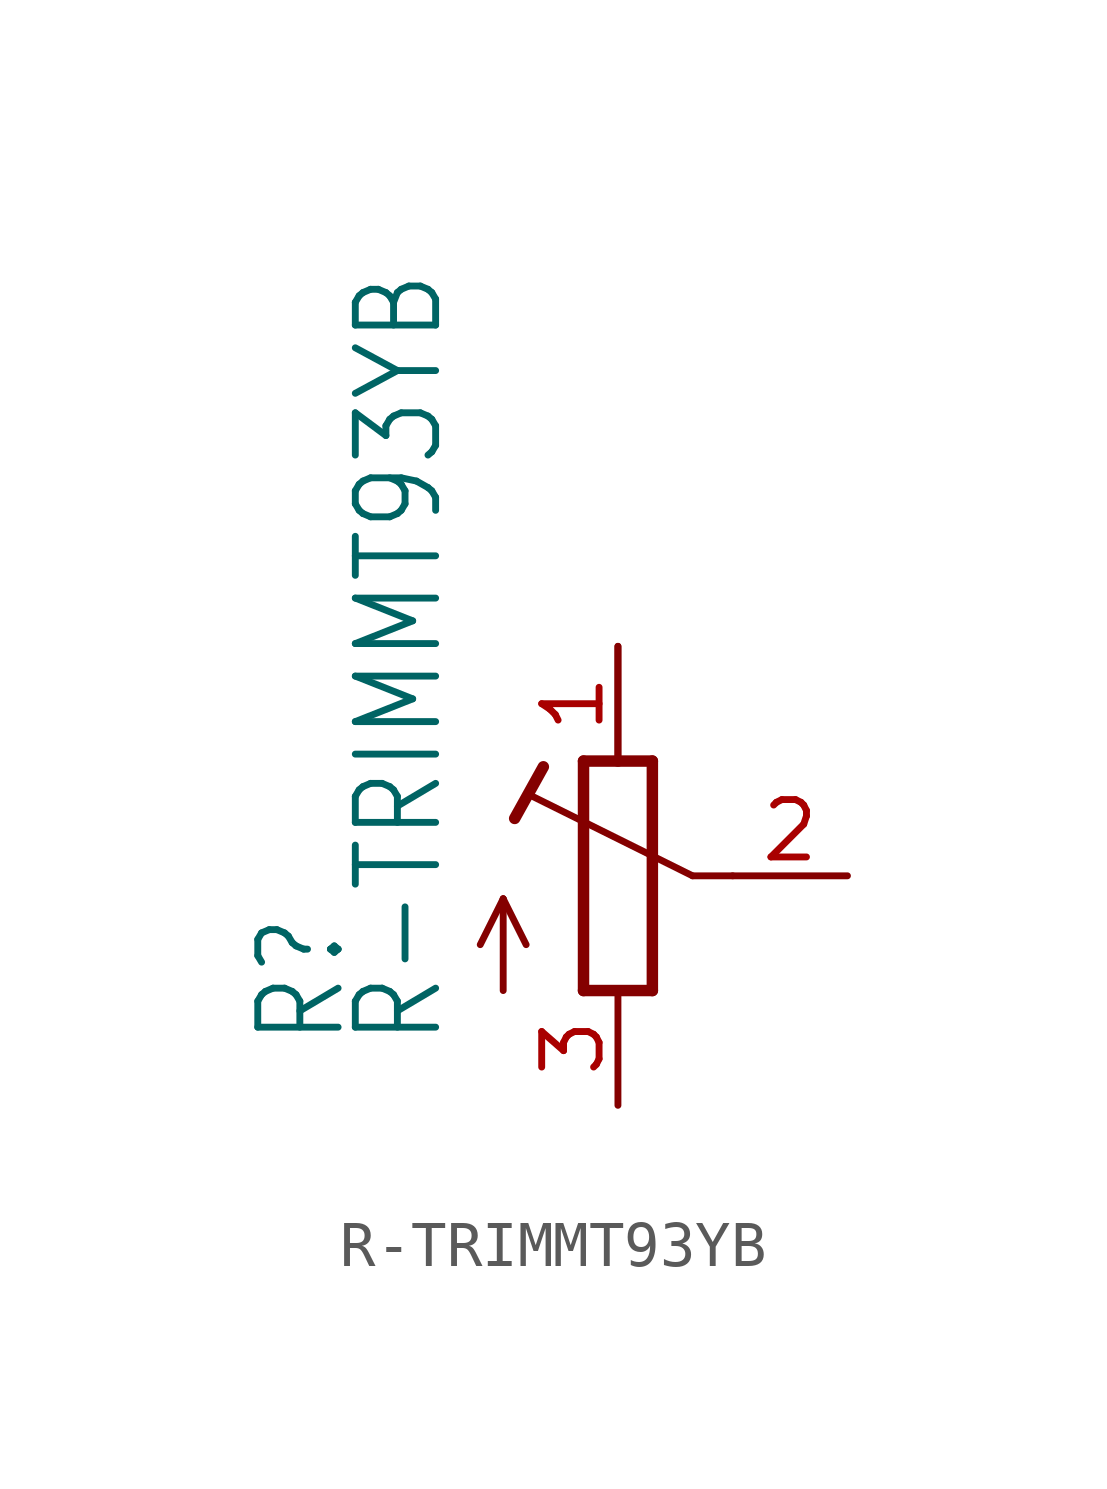
<source format=kicad_sym>
(kicad_symbol_lib
  (version 20220331)
  (generator kicad_symbol_editor)
  (symbol "R-TRIMMT93YB"
    (property "Reference" "R"
      (at -5.969 -3.81 90)
      (effects (font (size 1.778 1.511)) (justify left bottom)))
    (property "Value" "R-TRIMMT93YB"
      (at -3.81 -3.81 90)
      (effects (font (size 1.778 1.511)) (justify left bottom)))
    (property "ki_locked" ""
      (at 0 0 0)
      (effects (font (size 1.27 1.27))))
    (symbol "R-TRIMMT93YB_1_0"
      (polyline (pts (xy -2.54 -2.54) (xy -2.54 -0.508)) (stroke (width 0.152) (type solid)) (fill (type none)))
      (polyline (pts (xy -2.54 -0.508) (xy -3.048 -1.524)) (stroke (width 0.152) (type solid)) (fill (type none)))
      (polyline (pts (xy -2.54 -0.508) (xy -2.032 -1.524)) (stroke (width 0.152) (type solid)) (fill (type none)))
      (polyline (pts (xy -2.286 1.27) (xy -1.651 2.413)) (stroke (width 0.254) (type solid)) (fill (type none)))
      (polyline (pts (xy -0.762 -2.54) (xy 0.762 -2.54)) (stroke (width 0.254) (type solid)) (fill (type none)))
      (polyline (pts (xy -0.762 2.54) (xy -0.762 -2.54)) (stroke (width 0.254) (type solid)) (fill (type none)))
      (polyline (pts (xy 0 2.54) (xy -0.762 2.54)) (stroke (width 0.254) (type solid)) (fill (type none)))
      (polyline (pts (xy 0 2.54) (xy 0 5.08)) (stroke (width 0.152) (type solid)) (fill (type none)))
      (polyline (pts (xy 0.762 -2.54) (xy 0.762 2.54)) (stroke (width 0.254) (type solid)) (fill (type none)))
      (polyline (pts (xy 0.762 2.54) (xy 0 2.54)) (stroke (width 0.254) (type solid)) (fill (type none)))
      (polyline (pts (xy 1.651 0) (xy -1.88 1.753)) (stroke (width 0.152) (type solid)) (fill (type none)))
      (polyline (pts (xy 2.54 0) (xy 1.651 0)) (stroke (width 0.152) (type solid)) (fill (type none)))
      (pin passive line (at 0 5.08 270) (length 2.54) (name "A" (effects (font (size 0 0)))) (number "1" (effects (font (size 1.27 1.27)))))
      (pin passive line (at 5.08 0 180) (length 2.54) (name "S" (effects (font (size 0 0)))) (number "2" (effects (font (size 1.27 1.27)))))
      (pin passive line (at 0 -5.08 90) (length 2.54) (name "E" (effects (font (size 0 0)))) (number "3" (effects (font (size 1.27 1.27))))))))
</source>
